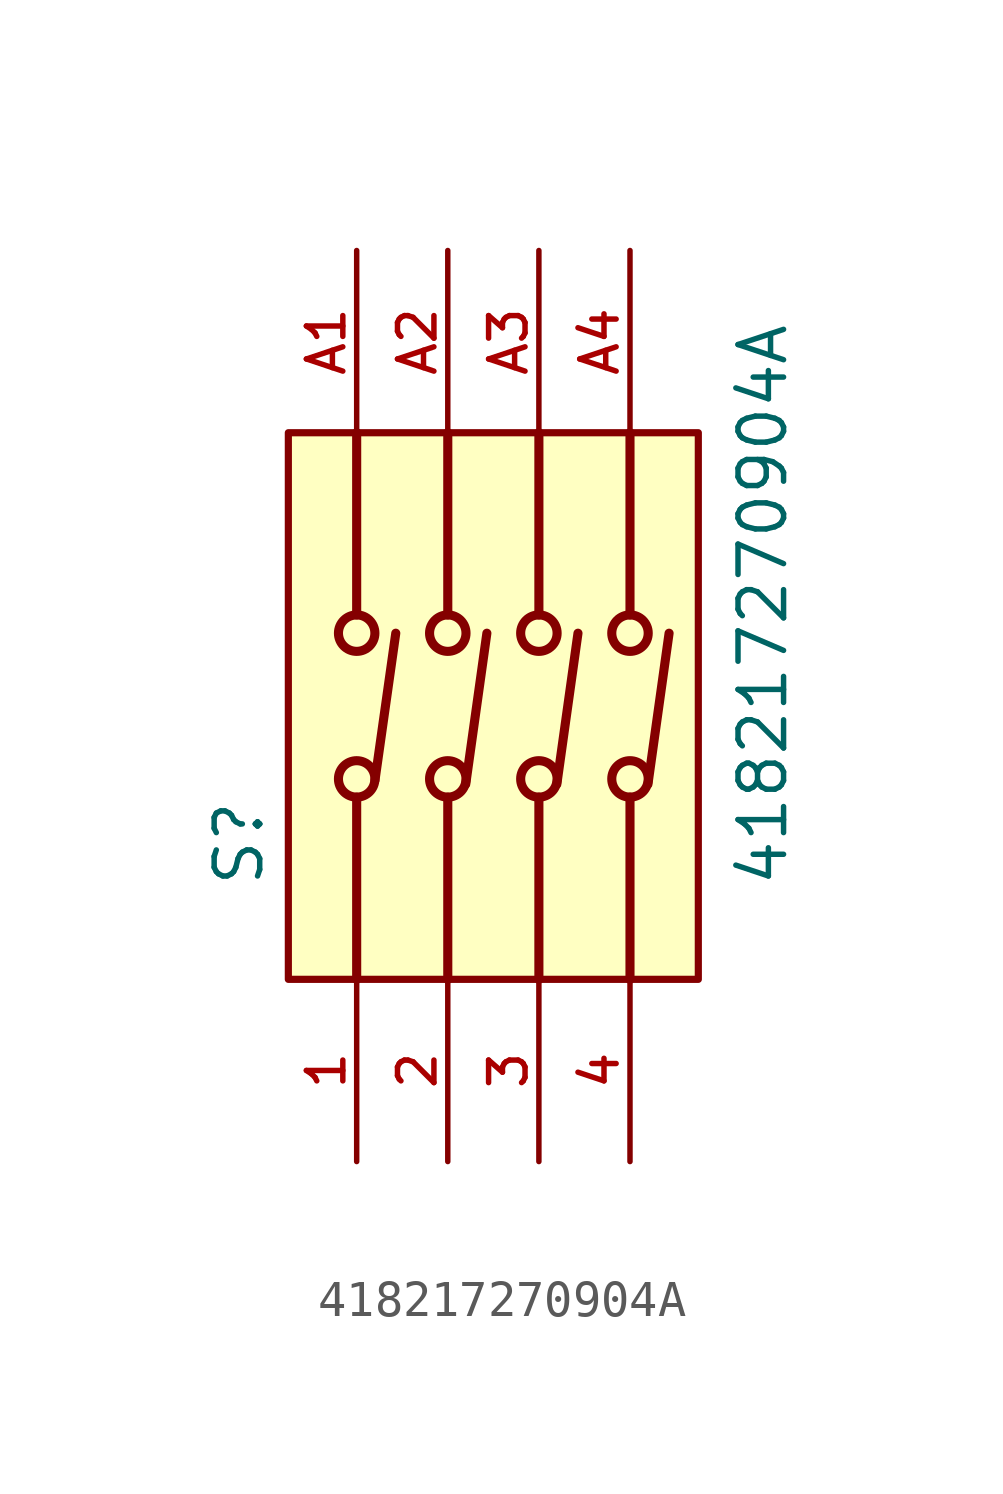
<source format=kicad_sym>
(kicad_symbol_lib
  (version 20211014)
  (generator kicad_symbol_editor)
  (symbol "418217270904A"
    (pin_names
      (offset 1.016))
    (property "Reference" "S"
      (at -7.62 -5.08 90.0)
      (effects (font (size 1.27 1.27)) (justify bottom left)))
    (property "Value" "418217270904A"
      (at 6.985 -5.08 90.0)
      (effects (font (size 1.27 1.27)) (justify bottom left)))
    (symbol "418217270904A_0_0"
      (polyline (pts (xy -5.08 -7.62) (xy -5.08 -2.54)) (stroke (width 0.254)))
      (polyline (pts (xy -5.08 7.62) (xy -5.08 2.54)) (stroke (width 0.254)))
      (circle (center -5.08 2.032) (radius 0.508) (stroke (width 0.254)) (fill (type none)))
      (circle (center -5.08 -2.032) (radius 0.508) (stroke (width 0.254)) (fill (type none)))
      (polyline (pts (xy -4.57 -2.07) (xy -3.99 2.03)) (stroke (width 0.254)))
      (polyline (pts (xy -2.54 -7.62) (xy -2.54 -2.54)) (stroke (width 0.254)))
      (polyline (pts (xy -2.54 7.62) (xy -2.54 2.54)) (stroke (width 0.254)))
      (circle (center -2.54 2.032) (radius 0.508) (stroke (width 0.254)) (fill (type none)))
      (circle (center -2.54 -2.032) (radius 0.508) (stroke (width 0.254)) (fill (type none)))
      (polyline (pts (xy -2.04 -2.18) (xy -1.45 2.03)) (stroke (width 0.254)))
      (polyline (pts (xy 0.0 -7.62) (xy 0.0 -2.54)) (stroke (width 0.254)))
      (polyline (pts (xy 0.0 7.62) (xy 0.0 2.54)) (stroke (width 0.254)))
      (circle (center 0.0 2.032) (radius 0.508) (stroke (width 0.254)) (fill (type none)))
      (circle (center 0.0 -2.032) (radius 0.508) (stroke (width 0.254)) (fill (type none)))
      (polyline (pts (xy 0.5 -2.18) (xy 1.09 2.03)) (stroke (width 0.254)))
      (polyline (pts (xy 2.54 -7.62) (xy 2.54 -2.54)) (stroke (width 0.254)))
      (polyline (pts (xy 2.54 7.62) (xy 2.54 2.54)) (stroke (width 0.254)))
      (circle (center 2.54 2.032) (radius 0.508) (stroke (width 0.254)) (fill (type none)))
      (circle (center 2.54 -2.032) (radius 0.508) (stroke (width 0.254)) (fill (type none)))
      (polyline (pts (xy 3.04 -2.18) (xy 3.63 2.03)) (stroke (width 0.254)))
      (rectangle (start -6.985 -7.62) (end 4.445 7.62) (stroke (width 0.2)) (fill (type background)))
      (pin passive line (at -5.08 -12.7 90.0) (length 5.08) (name "~" (effects (font (size 1.016 1.016)))) (number "1" (effects (font (size 1.016 1.016)))))
      (pin passive line (at -5.08 12.7 270.0) (length 5.08) (name "~" (effects (font (size 1.016 1.016)))) (number "A1" (effects (font (size 1.016 1.016)))))
      (pin passive line (at -2.54 -12.7 90.0) (length 5.08) (name "~" (effects (font (size 1.016 1.016)))) (number "2" (effects (font (size 1.016 1.016)))))
      (pin passive line (at -2.54 12.7 270.0) (length 5.08) (name "~" (effects (font (size 1.016 1.016)))) (number "A2" (effects (font (size 1.016 1.016)))))
      (pin passive line (at 0.0 -12.7 90.0) (length 5.08) (name "~" (effects (font (size 1.016 1.016)))) (number "3" (effects (font (size 1.016 1.016)))))
      (pin passive line (at 0.0 12.7 270.0) (length 5.08) (name "~" (effects (font (size 1.016 1.016)))) (number "A3" (effects (font (size 1.016 1.016)))))
      (pin passive line (at 2.54 -12.7 90.0) (length 5.08) (name "~" (effects (font (size 1.016 1.016)))) (number "4" (effects (font (size 1.016 1.016)))))
      (pin passive line (at 2.54 12.7 270.0) (length 5.08) (name "~" (effects (font (size 1.016 1.016)))) (number "A4" (effects (font (size 1.016 1.016))))))))
</source>
